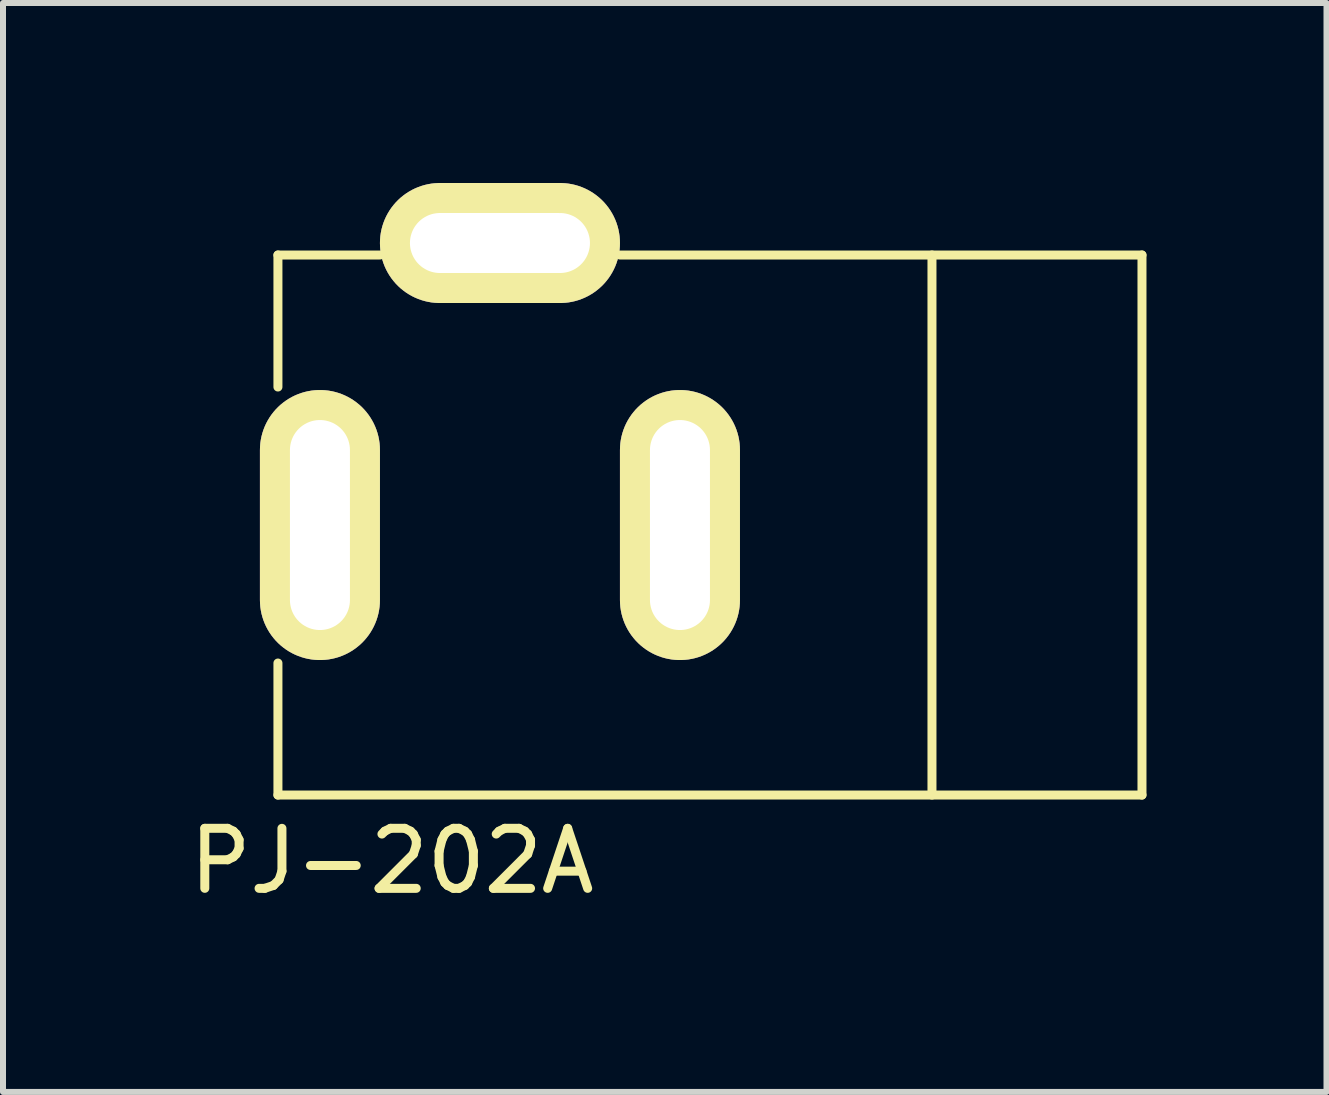
<source format=kicad_pcb>
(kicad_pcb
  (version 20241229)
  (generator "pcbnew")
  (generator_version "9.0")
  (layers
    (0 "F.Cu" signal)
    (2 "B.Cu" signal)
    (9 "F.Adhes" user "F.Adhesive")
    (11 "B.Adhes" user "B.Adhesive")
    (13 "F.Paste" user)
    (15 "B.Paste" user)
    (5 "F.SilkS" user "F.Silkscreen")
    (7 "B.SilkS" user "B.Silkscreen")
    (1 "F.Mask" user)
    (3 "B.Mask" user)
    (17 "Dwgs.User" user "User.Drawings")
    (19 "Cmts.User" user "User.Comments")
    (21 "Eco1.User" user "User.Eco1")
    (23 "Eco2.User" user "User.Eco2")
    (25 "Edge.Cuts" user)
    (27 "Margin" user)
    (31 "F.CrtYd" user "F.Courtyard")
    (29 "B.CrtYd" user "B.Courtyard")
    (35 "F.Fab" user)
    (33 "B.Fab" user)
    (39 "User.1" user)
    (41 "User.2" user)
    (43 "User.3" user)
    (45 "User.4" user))
  (footprint "PJ-202A"
    (layer "F.Cu")
    (at 5.282 5.7)
    (property "Reference" "PJ-202A" (at -1.8 5.6 0) (layer "F.SilkS") (effects (font (size 1 1) (thickness 0.15))))
    (attr through_hole)
    (fp_line (start -3.7 -4.5) (end -2 -4.5) (stroke (width 0.15) (type solid)) (layer "F.SilkS"))
    (fp_line (start -3.7 -2.3) (end -3.7 -4.5) (stroke (width 0.15) (type solid)) (layer "F.SilkS"))
    (fp_line (start -3.7 4.5) (end -3.7 2.3) (stroke (width 0.15) (type solid)) (layer "F.SilkS"))
    (fp_line (start 2 -4.5) (end 10.7 -4.5) (stroke (width 0.15) (type solid)) (layer "F.SilkS"))
    (fp_line (start 7.2 -4.5) (end 7.2 4.5) (stroke (width 0.15) (type solid)) (layer "F.SilkS"))
    (fp_line (start 10.7 -4.5) (end 10.7 4.5) (stroke (width 0.15) (type solid)) (layer "F.SilkS"))
    (fp_line (start 10.7 4.5) (end -3.7 4.5) (stroke (width 0.15) (type solid)) (layer "F.SilkS"))
    (pad "1" thru_hole oval (at -3 0) (size 2 4.5) (drill oval 1 3.5) (layers "*.Cu" "*.Mask" "F.SilkS"))
    (pad "2" thru_hole oval (at 3 0) (size 2 4.5) (drill oval 1 3.5) (layers "*.Cu" "*.Mask" "F.SilkS"))
    (pad "3" thru_hole oval (at 0 -4.7) (size 4 2) (drill oval 3 1) (layers "*.Cu" "*.Mask" "F.SilkS")))
  (gr_rect
    (start -3 -3)
    (end 19.057 15.148)
    (stroke (width 0.1) (type default))
    (fill no)
    (layer "Edge.Cuts")))
</source>
